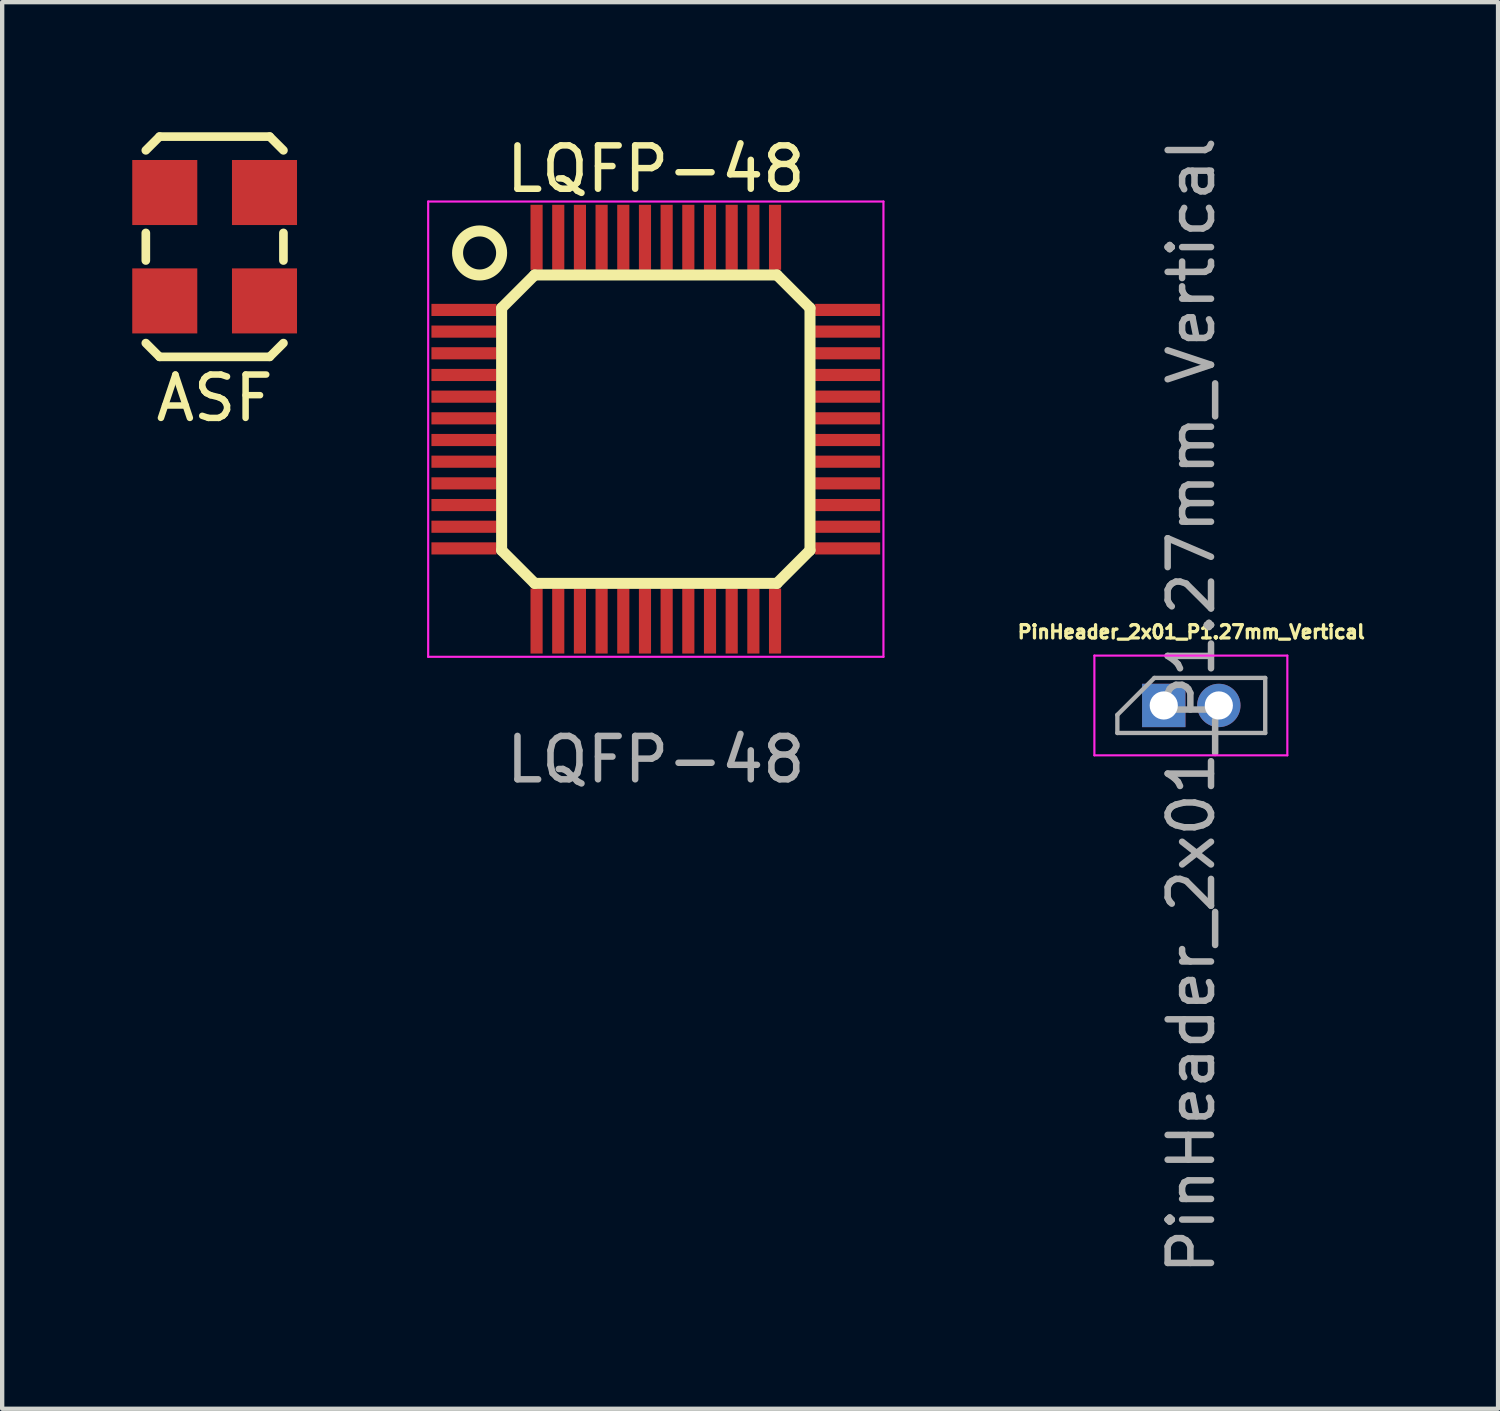
<source format=kicad_pcb>
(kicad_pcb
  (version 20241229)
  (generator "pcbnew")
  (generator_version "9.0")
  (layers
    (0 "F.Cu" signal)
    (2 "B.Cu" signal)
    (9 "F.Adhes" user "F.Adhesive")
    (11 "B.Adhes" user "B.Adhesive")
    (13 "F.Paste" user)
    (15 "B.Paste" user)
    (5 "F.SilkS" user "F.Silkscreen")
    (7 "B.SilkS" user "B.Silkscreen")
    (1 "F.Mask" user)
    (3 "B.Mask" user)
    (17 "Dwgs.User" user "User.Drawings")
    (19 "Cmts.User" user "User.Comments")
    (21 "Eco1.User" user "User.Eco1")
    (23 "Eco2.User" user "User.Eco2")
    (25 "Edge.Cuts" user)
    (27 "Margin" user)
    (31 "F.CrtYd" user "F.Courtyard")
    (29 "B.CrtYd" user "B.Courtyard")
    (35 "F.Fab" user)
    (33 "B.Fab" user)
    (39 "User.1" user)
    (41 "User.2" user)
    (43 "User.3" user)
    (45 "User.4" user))
  (footprint "ASF"
    (layer "F.Cu")
    (at 1.9 2.64)
    (property "Reference" "ASF" (at 0 3.493 0) (layer "F.SilkS") (effects (font (size 1 1) (thickness 0.15))))
    (attr through_hole)
    (fp_line (start -1.587 -0.318) (end -1.587 0.318) (stroke (width 0.2) (type solid)) (layer "F.SilkS"))
    (fp_line (start -1.587 2.223) (end -1.27 2.54) (stroke (width 0.2) (type solid)) (layer "F.SilkS"))
    (fp_line (start -1.27 -2.54) (end -1.587 -2.223) (stroke (width 0.2) (type solid)) (layer "F.SilkS"))
    (fp_line (start -1.27 -2.54) (end 1.27 -2.54) (stroke (width 0.2) (type solid)) (layer "F.SilkS"))
    (fp_line (start -1.27 2.54) (end 1.27 2.54) (stroke (width 0.2) (type solid)) (layer "F.SilkS"))
    (fp_line (start 1.27 -2.54) (end 1.587 -2.223) (stroke (width 0.2) (type solid)) (layer "F.SilkS"))
    (fp_line (start 1.587 -0.318) (end 1.587 0.318) (stroke (width 0.2) (type solid)) (layer "F.SilkS"))
    (fp_line (start 1.587 2.223) (end 1.27 2.54) (stroke (width 0.2) (type solid)) (layer "F.SilkS"))
    (pad "1" smd rect (at -1.15 -1.25) (size 1.5 1.5) (layers "F.Cu" "F.Mask" "F.Paste"))
    (pad "2" smd rect (at -1.15 1.25) (size 1.5 1.5) (layers "F.Cu" "F.Mask" "F.Paste"))
    (pad "2" smd rect (at 1.15 -1.25) (size 1.5 1.5) (layers "F.Cu" "F.Mask" "F.Paste"))
    (pad "3" smd rect (at 1.15 1.25) (size 1.5 1.5) (layers "F.Cu" "F.Mask" "F.Paste")))
  (footprint "LQFP-48"
    (layer "F.Cu")
    (at 12.075 6.848)
    (property "Reference" "LQFP-48" (at 0 -6 0) (layer "F.SilkS") (effects (font (size 1 1) (thickness 0.15))))
    (attr smd)
    (fp_line (start -3.556 -2.794) (end -3.556 2.794) (stroke (width 0.254) (type solid)) (layer "F.SilkS"))
    (fp_line (start -3.556 2.794) (end -2.794 3.556) (stroke (width 0.254) (type solid)) (layer "F.SilkS"))
    (fp_line (start -2.794 -3.556) (end -3.556 -2.794) (stroke (width 0.254) (type solid)) (layer "F.SilkS"))
    (fp_line (start -2.794 3.556) (end 2.794 3.556) (stroke (width 0.254) (type solid)) (layer "F.SilkS"))
    (fp_line (start 2.794 -3.556) (end -2.794 -3.556) (stroke (width 0.254) (type solid)) (layer "F.SilkS"))
    (fp_line (start 2.794 3.556) (end 3.556 2.794) (stroke (width 0.254) (type solid)) (layer "F.SilkS"))
    (fp_line (start 3.556 -2.794) (end 2.794 -3.556) (stroke (width 0.254) (type solid)) (layer "F.SilkS"))
    (fp_line (start 3.556 2.794) (end 3.556 -2.794) (stroke (width 0.254) (type solid)) (layer "F.SilkS"))
    (fp_circle (center -4.064 -4.064) (end -3.556 -4.064) (stroke (width 0.254) (type solid)) (fill no) (layer "F.SilkS"))
    (fp_line (start -5.25 -5.25) (end -5.25 5.25) (stroke (width 0.05) (type solid)) (layer "F.CrtYd"))
    (fp_line (start -5.25 -5.25) (end 5.25 -5.25) (stroke (width 0.05) (type solid)) (layer "F.CrtYd"))
    (fp_line (start -5.25 5.25) (end 5.25 5.25) (stroke (width 0.05) (type solid)) (layer "F.CrtYd"))
    (fp_line (start 5.25 -5.25) (end 5.25 5.25) (stroke (width 0.05) (type solid)) (layer "F.CrtYd"))
    (fp_text user "${REFERENCE}" (at 0 7.62 0) (layer "F.Fab") (effects (font (size 1 1) (thickness 0.15))))
    (pad "1" smd rect (at -4.425 -2.75) (size 1.5 0.28) (layers "F.Cu" "F.Mask" "F.Paste"))
    (pad "2" smd rect (at -4.425 -2.25) (size 1.5 0.28) (layers "F.Cu" "F.Mask" "F.Paste"))
    (pad "3" smd rect (at -4.425 -1.75) (size 1.5 0.28) (layers "F.Cu" "F.Mask" "F.Paste"))
    (pad "4" smd rect (at -4.425 -1.25) (size 1.5 0.28) (layers "F.Cu" "F.Mask" "F.Paste"))
    (pad "5" smd rect (at -4.425 -0.75) (size 1.5 0.28) (layers "F.Cu" "F.Mask" "F.Paste"))
    (pad "6" smd rect (at -4.425 -0.25) (size 1.5 0.28) (layers "F.Cu" "F.Mask" "F.Paste"))
    (pad "7" smd rect (at -4.425 0.25) (size 1.5 0.28) (layers "F.Cu" "F.Mask" "F.Paste"))
    (pad "8" smd rect (at -4.425 0.75) (size 1.5 0.28) (layers "F.Cu" "F.Mask" "F.Paste"))
    (pad "9" smd rect (at -4.425 1.25) (size 1.5 0.28) (layers "F.Cu" "F.Mask" "F.Paste"))
    (pad "10" smd rect (at -4.425 1.75) (size 1.5 0.28) (layers "F.Cu" "F.Mask" "F.Paste"))
    (pad "11" smd rect (at -4.425 2.25) (size 1.5 0.28) (layers "F.Cu" "F.Mask" "F.Paste"))
    (pad "12" smd rect (at -4.425 2.75) (size 1.5 0.28) (layers "F.Cu" "F.Mask" "F.Paste"))
    (pad "13" smd rect (at -2.75 4.425 90) (size 1.5 0.28) (layers "F.Cu" "F.Mask" "F.Paste"))
    (pad "14" smd rect (at -2.25 4.425 90) (size 1.5 0.28) (layers "F.Cu" "F.Mask" "F.Paste"))
    (pad "15" smd rect (at -1.75 4.425 90) (size 1.5 0.28) (layers "F.Cu" "F.Mask" "F.Paste"))
    (pad "16" smd rect (at -1.25 4.425 90) (size 1.5 0.28) (layers "F.Cu" "F.Mask" "F.Paste"))
    (pad "17" smd rect (at -0.75 4.425 90) (size 1.5 0.28) (layers "F.Cu" "F.Mask" "F.Paste"))
    (pad "18" smd rect (at -0.25 4.425 90) (size 1.5 0.28) (layers "F.Cu" "F.Mask" "F.Paste"))
    (pad "19" smd rect (at 0.25 4.425 90) (size 1.5 0.28) (layers "F.Cu" "F.Mask" "F.Paste"))
    (pad "20" smd rect (at 0.75 4.425 90) (size 1.5 0.28) (layers "F.Cu" "F.Mask" "F.Paste"))
    (pad "21" smd rect (at 1.25 4.425 90) (size 1.5 0.28) (layers "F.Cu" "F.Mask" "F.Paste"))
    (pad "22" smd rect (at 1.75 4.425 90) (size 1.5 0.28) (layers "F.Cu" "F.Mask" "F.Paste"))
    (pad "23" smd rect (at 2.25 4.425 90) (size 1.5 0.28) (layers "F.Cu" "F.Mask" "F.Paste"))
    (pad "24" smd rect (at 2.75 4.425 90) (size 1.5 0.28) (layers "F.Cu" "F.Mask" "F.Paste"))
    (pad "25" smd rect (at 4.425 2.75) (size 1.5 0.28) (layers "F.Cu" "F.Mask" "F.Paste"))
    (pad "26" smd rect (at 4.425 2.25) (size 1.5 0.28) (layers "F.Cu" "F.Mask" "F.Paste"))
    (pad "27" smd rect (at 4.425 1.75) (size 1.5 0.28) (layers "F.Cu" "F.Mask" "F.Paste"))
    (pad "28" smd rect (at 4.425 1.25) (size 1.5 0.28) (layers "F.Cu" "F.Mask" "F.Paste"))
    (pad "29" smd rect (at 4.425 0.75) (size 1.5 0.28) (layers "F.Cu" "F.Mask" "F.Paste"))
    (pad "30" smd rect (at 4.425 0.25) (size 1.5 0.28) (layers "F.Cu" "F.Mask" "F.Paste"))
    (pad "31" smd rect (at 4.425 -0.25) (size 1.5 0.28) (layers "F.Cu" "F.Mask" "F.Paste"))
    (pad "32" smd rect (at 4.425 -0.75) (size 1.5 0.28) (layers "F.Cu" "F.Mask" "F.Paste"))
    (pad "33" smd rect (at 4.425 -1.25) (size 1.5 0.28) (layers "F.Cu" "F.Mask" "F.Paste"))
    (pad "34" smd rect (at 4.425 -1.75) (size 1.5 0.28) (layers "F.Cu" "F.Mask" "F.Paste"))
    (pad "35" smd rect (at 4.425 -2.25) (size 1.5 0.28) (layers "F.Cu" "F.Mask" "F.Paste"))
    (pad "36" smd rect (at 4.425 -2.75) (size 1.5 0.28) (layers "F.Cu" "F.Mask" "F.Paste"))
    (pad "37" smd rect (at 2.75 -4.425 90) (size 1.5 0.28) (layers "F.Cu" "F.Mask" "F.Paste"))
    (pad "38" smd rect (at 2.25 -4.425 90) (size 1.5 0.28) (layers "F.Cu" "F.Mask" "F.Paste"))
    (pad "39" smd rect (at 1.75 -4.425 90) (size 1.5 0.28) (layers "F.Cu" "F.Mask" "F.Paste"))
    (pad "40" smd rect (at 1.25 -4.425 90) (size 1.5 0.28) (layers "F.Cu" "F.Mask" "F.Paste"))
    (pad "41" smd rect (at 0.75 -4.425 90) (size 1.5 0.28) (layers "F.Cu" "F.Mask" "F.Paste"))
    (pad "42" smd rect (at 0.25 -4.425 90) (size 1.5 0.28) (layers "F.Cu" "F.Mask" "F.Paste"))
    (pad "43" smd rect (at -0.25 -4.425 90) (size 1.5 0.28) (layers "F.Cu" "F.Mask" "F.Paste"))
    (pad "44" smd rect (at -0.75 -4.425 90) (size 1.5 0.28) (layers "F.Cu" "F.Mask" "F.Paste"))
    (pad "45" smd rect (at -1.25 -4.425 90) (size 1.5 0.28) (layers "F.Cu" "F.Mask" "F.Paste"))
    (pad "46" smd rect (at -1.75 -4.425 90) (size 1.5 0.28) (layers "F.Cu" "F.Mask" "F.Paste"))
    (pad "47" smd rect (at -2.25 -4.425 90) (size 1.5 0.28) (layers "F.Cu" "F.Mask" "F.Paste"))
    (pad "48" smd rect (at -2.75 -4.425 90) (size 1.5 0.28) (layers "F.Cu" "F.Mask" "F.Paste")))
  (footprint "PinHeader_2x01_P1.27mm_Vertical"
    (layer "F.Cu")
    (at 23.79 13.22)
    (property "Reference" "PinHeader_2x01_P1.27mm_Vertical" (at 0.635 -1.695 0) (layer "F.SilkS") (effects (font (size 0.305 0.305) (thickness 0.076))))
    (attr through_hole)
    (fp_line (start -1.6 -1.15) (end -1.6 1.15) (stroke (width 0.05) (type solid)) (layer "F.CrtYd"))
    (fp_line (start -1.6 1.15) (end 2.85 1.15) (stroke (width 0.05) (type solid)) (layer "F.CrtYd"))
    (fp_line (start 2.85 -1.15) (end -1.6 -1.15) (stroke (width 0.05) (type solid)) (layer "F.CrtYd"))
    (fp_line (start 2.85 1.15) (end 2.85 -1.15) (stroke (width 0.05) (type solid)) (layer "F.CrtYd"))
    (fp_line (start -1.07 0.217) (end -0.217 -0.635) (stroke (width 0.1) (type solid)) (layer "F.Fab"))
    (fp_line (start -1.07 0.635) (end -1.07 0.217) (stroke (width 0.1) (type solid)) (layer "F.Fab"))
    (fp_line (start -0.217 -0.635) (end 2.34 -0.635) (stroke (width 0.1) (type solid)) (layer "F.Fab"))
    (fp_line (start 2.34 -0.635) (end 2.34 0.635) (stroke (width 0.1) (type solid)) (layer "F.Fab"))
    (fp_line (start 2.34 0.635) (end -1.07 0.635) (stroke (width 0.1) (type solid)) (layer "F.Fab"))
    (fp_text user "${REFERENCE}" (at 0.635 0 90) (layer "F.Fab") (effects (font (size 1 1) (thickness 0.15))))
    (pad "1" thru_hole rect (at 0 0) (size 1 1) (drill 0.65) (layers "*.Cu" "*.Mask"))
    (pad "2" thru_hole oval (at 1.27 0) (size 1 1) (drill 0.65) (layers "*.Cu" "*.Mask")))
  (gr_rect
    (start -3 -3)
    (end 31.5 29.44)
    (stroke (width 0.1) (type default))
    (fill no)
    (layer "Edge.Cuts")))
</source>
